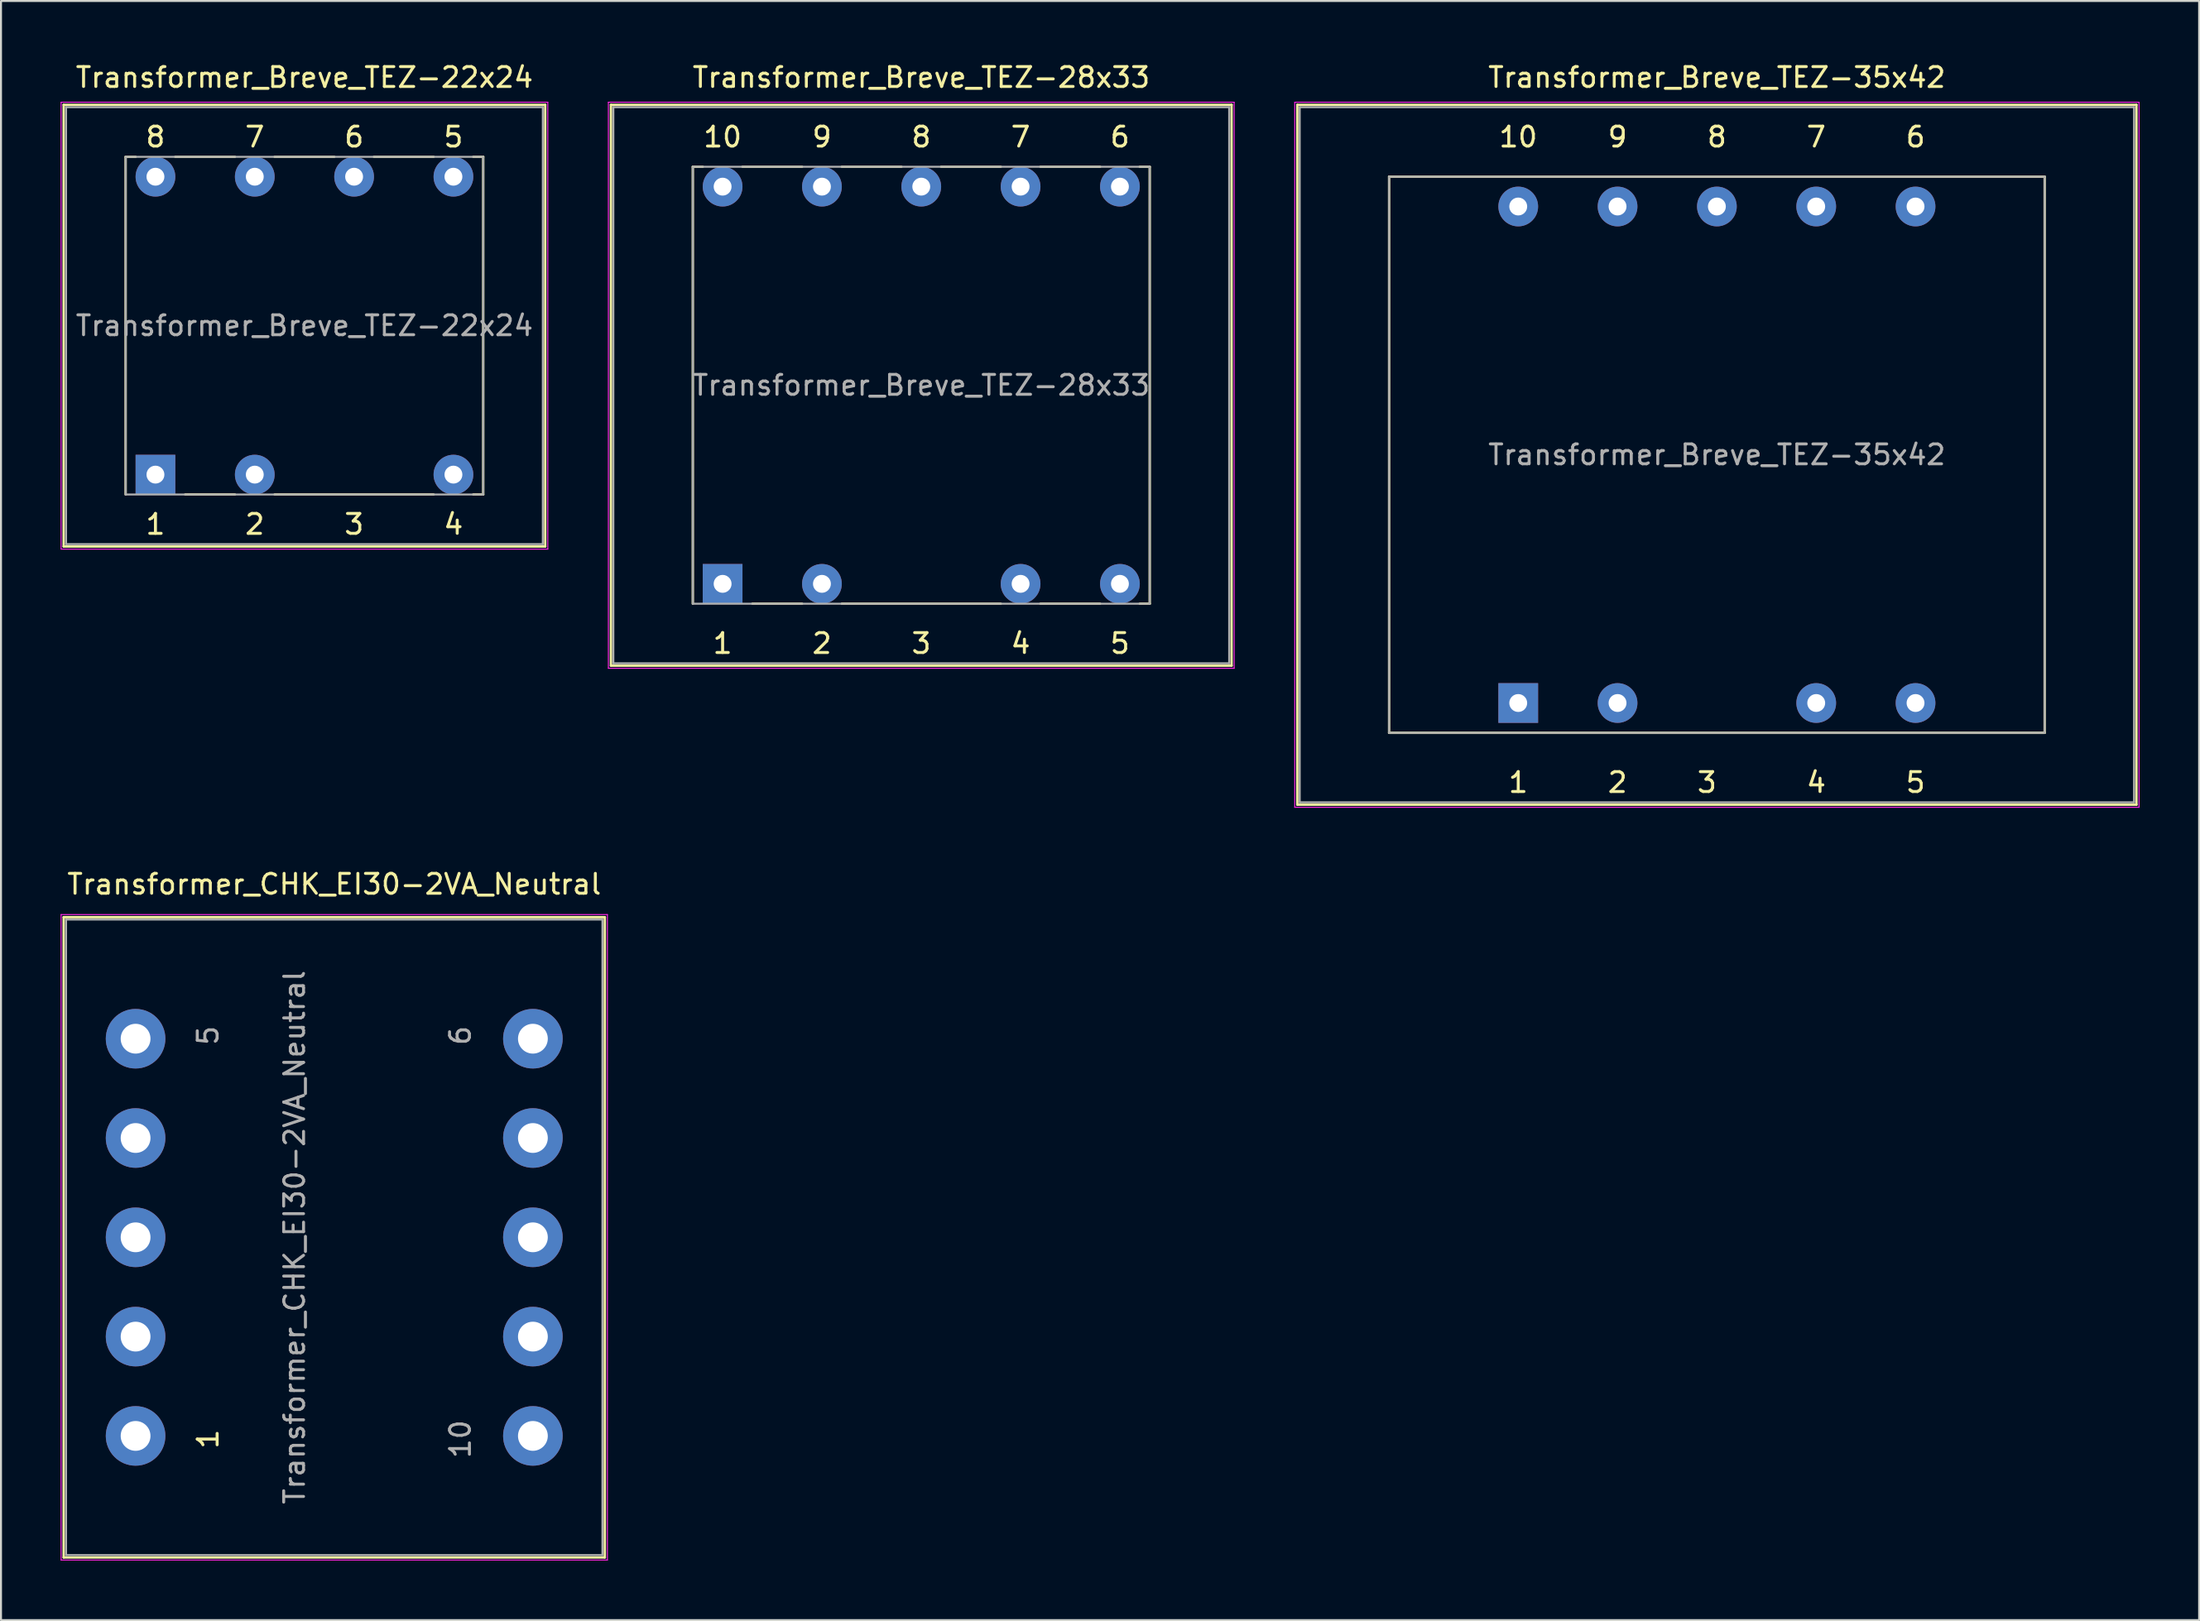
<source format=kicad_pcb>
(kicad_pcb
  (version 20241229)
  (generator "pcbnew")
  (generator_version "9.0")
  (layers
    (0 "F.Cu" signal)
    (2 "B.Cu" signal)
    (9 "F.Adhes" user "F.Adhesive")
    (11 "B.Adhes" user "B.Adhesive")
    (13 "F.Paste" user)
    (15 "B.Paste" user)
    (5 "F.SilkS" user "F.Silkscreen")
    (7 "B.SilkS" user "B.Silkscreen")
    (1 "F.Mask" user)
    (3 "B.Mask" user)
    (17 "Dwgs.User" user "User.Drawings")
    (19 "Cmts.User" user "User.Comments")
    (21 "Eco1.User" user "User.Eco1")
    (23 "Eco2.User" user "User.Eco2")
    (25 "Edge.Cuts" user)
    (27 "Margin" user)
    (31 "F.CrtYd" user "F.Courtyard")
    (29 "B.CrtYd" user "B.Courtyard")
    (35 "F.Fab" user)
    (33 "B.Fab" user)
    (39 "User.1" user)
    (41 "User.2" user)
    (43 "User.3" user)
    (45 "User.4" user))
  (footprint "Transformer_Breve_TEZ-22x24"
    (layer "F.Cu")
    (at 4.775 20.848)
    (property "Reference" "Transformer_Breve_TEZ-22x24" (at 7.5 -20 0) (layer "F.SilkS") (effects (font (size 1 1) (thickness 0.15))))
    (attr through_hole)
    (fp_line (start -4.62 -18.62) (end -4.62 3.62) (stroke (width 0.12) (type solid)) (layer "F.SilkS"))
    (fp_line (start -4.62 -18.62) (end 19.62 -18.62) (stroke (width 0.12) (type solid)) (layer "F.SilkS"))
    (fp_line (start -1.5 1) (end -1.5 -16) (stroke (width 0.12) (type solid)) (layer "F.SilkS"))
    (fp_line (start -1 -16) (end -1.5 -16) (stroke (width 0.12) (type solid)) (layer "F.SilkS"))
    (fp_line (start 1 -16) (end 4 -16) (stroke (width 0.12) (type solid)) (layer "F.SilkS"))
    (fp_line (start 4 1) (end 1.5 1) (stroke (width 0.12) (type solid)) (layer "F.SilkS"))
    (fp_line (start 6 -16) (end 9 -16) (stroke (width 0.12) (type solid)) (layer "F.SilkS"))
    (fp_line (start 6 1) (end 14 1) (stroke (width 0.12) (type solid)) (layer "F.SilkS"))
    (fp_line (start 11 -16) (end 14 -16) (stroke (width 0.12) (type solid)) (layer "F.SilkS"))
    (fp_line (start 16 -16) (end 16.5 -16) (stroke (width 0.12) (type solid)) (layer "F.SilkS"))
    (fp_line (start 16 1) (end 16.5 1) (stroke (width 0.12) (type solid)) (layer "F.SilkS"))
    (fp_line (start 16.5 1) (end 16.5 -16) (stroke (width 0.12) (type solid)) (layer "F.SilkS"))
    (fp_line (start 19.62 3.62) (end -4.62 3.62) (stroke (width 0.12) (type solid)) (layer "F.SilkS"))
    (fp_line (start 19.62 3.62) (end 19.62 -18.62) (stroke (width 0.12) (type solid)) (layer "F.SilkS"))
    (fp_line (start -4.75 -18.75) (end -4.75 3.75) (stroke (width 0.05) (type solid)) (layer "F.CrtYd"))
    (fp_line (start -4.75 -18.75) (end 19.75 -18.75) (stroke (width 0.05) (type solid)) (layer "F.CrtYd"))
    (fp_line (start 19.75 3.75) (end -4.75 3.75) (stroke (width 0.05) (type solid)) (layer "F.CrtYd"))
    (fp_line (start 19.75 3.75) (end 19.75 -18.75) (stroke (width 0.05) (type solid)) (layer "F.CrtYd"))
    (fp_line (start -4.5 -18.5) (end 19.5 -18.5) (stroke (width 0.1) (type solid)) (layer "F.Fab"))
    (fp_line (start -4.5 3.5) (end -4.5 -18.5) (stroke (width 0.1) (type solid)) (layer "F.Fab"))
    (fp_line (start -1.5 -16) (end 16.5 -16) (stroke (width 0.1) (type solid)) (layer "F.Fab"))
    (fp_line (start -1.5 1) (end -1.5 -16) (stroke (width 0.1) (type solid)) (layer "F.Fab"))
    (fp_line (start 16.5 -16) (end 16.5 1) (stroke (width 0.1) (type solid)) (layer "F.Fab"))
    (fp_line (start 16.5 1) (end -1.5 1) (stroke (width 0.1) (type solid)) (layer "F.Fab"))
    (fp_line (start 19.5 -18.5) (end 19.5 3.5) (stroke (width 0.1) (type solid)) (layer "F.Fab"))
    (fp_line (start 19.5 3.5) (end -4.5 3.5) (stroke (width 0.1) (type solid)) (layer "F.Fab"))
    (fp_text user "2" (at 5 2.5 0) (layer "F.SilkS") (effects (font (size 1 1) (thickness 0.15))))
    (fp_text user "7" (at 5 -17 0) (layer "F.SilkS") (effects (font (size 1 1) (thickness 0.15))))
    (fp_text user "3" (at 10 2.5 0) (layer "F.SilkS") (effects (font (size 1 1) (thickness 0.15))))
    (fp_text user "4" (at 15 2.5 0) (layer "F.SilkS") (effects (font (size 1 1) (thickness 0.15))))
    (fp_text user "1" (at 0 2.5 0) (layer "F.SilkS") (effects (font (size 1 1) (thickness 0.15))))
    (fp_text user "6" (at 10 -17 0) (layer "F.SilkS") (effects (font (size 1 1) (thickness 0.15))))
    (fp_text user "8" (at 0 -17 0) (layer "F.SilkS") (effects (font (size 1 1) (thickness 0.15))))
    (fp_text user "5" (at 15 -17 0) (layer "F.SilkS") (effects (font (size 1 1) (thickness 0.15))))
    (fp_text user "${REFERENCE}" (at 7.5 -7.5 0) (layer "F.Fab") (effects (font (size 1 1) (thickness 0.15))))
    (pad "1" thru_hole rect (at 0 0) (size 2 2) (drill 0.9) (layers "*.Cu" "*.Mask"))
    (pad "2" thru_hole circle (at 5 0) (size 2 2) (drill 0.9) (layers "*.Cu" "*.Mask"))
    (pad "4" thru_hole circle (at 15 0) (size 2 2) (drill 0.9) (layers "*.Cu" "*.Mask"))
    (pad "5" thru_hole circle (at 15 -15) (size 2 2) (drill 0.9) (layers "*.Cu" "*.Mask"))
    (pad "6" thru_hole circle (at 10 -15) (size 2 2) (drill 0.9) (layers "*.Cu" "*.Mask"))
    (pad "7" thru_hole circle (at 5 -15) (size 2 2) (drill 0.9) (layers "*.Cu" "*.Mask"))
    (pad "8" thru_hole circle (at 0 -15) (size 2 2) (drill 0.9) (layers "*.Cu" "*.Mask")))
  (footprint "Transformer_CHK_EI30-2VA_Neutral"
    (layer "F.Cu")
    (at 3.775 69.251)
    (property "Reference" "Transformer_CHK_EI30-2VA_Neutral" (at 10 -27.78 0) (layer "F.SilkS") (effects (font (size 1 1) (thickness 0.15))))
    (attr through_hole)
    (fp_line (start -3.62 -26.12) (end -3.62 6.12) (stroke (width 0.12) (type solid)) (layer "F.SilkS"))
    (fp_line (start -3.62 -26.12) (end 23.62 -26.12) (stroke (width 0.12) (type solid)) (layer "F.SilkS"))
    (fp_line (start 23.62 6.12) (end -3.62 6.12) (stroke (width 0.12) (type solid)) (layer "F.SilkS"))
    (fp_line (start 23.62 6.12) (end 23.62 -26.12) (stroke (width 0.12) (type solid)) (layer "F.SilkS"))
    (fp_line (start -3.75 -26.25) (end -3.75 6.25) (stroke (width 0.05) (type solid)) (layer "F.CrtYd"))
    (fp_line (start -3.75 -26.25) (end 23.75 -26.25) (stroke (width 0.05) (type solid)) (layer "F.CrtYd"))
    (fp_line (start 23.75 6.25) (end -3.75 6.25) (stroke (width 0.05) (type solid)) (layer "F.CrtYd"))
    (fp_line (start 23.75 6.25) (end 23.75 -26.25) (stroke (width 0.05) (type solid)) (layer "F.CrtYd"))
    (fp_line (start -3.5 -26) (end -3.5 6) (stroke (width 0.1) (type solid)) (layer "F.Fab"))
    (fp_line (start -3.5 6) (end 23.5 6) (stroke (width 0.1) (type solid)) (layer "F.Fab"))
    (fp_line (start 23.5 -26) (end -3.5 -26) (stroke (width 0.1) (type solid)) (layer "F.Fab"))
    (fp_line (start 23.5 6) (end 23.5 -26) (stroke (width 0.1) (type solid)) (layer "F.Fab"))
    (fp_text user "1" (at 3.65 0.16 90) (layer "F.SilkS") (effects (font (size 1 1) (thickness 0.15))))
    (fp_text user "6" (at 16.35 -20.16 90) (layer "F.Fab") (effects (font (size 1 1) (thickness 0.15))))
    (fp_text user "10" (at 16.35 0.16 90) (layer "F.Fab") (effects (font (size 1 1) (thickness 0.15))))
    (fp_text user "${REFERENCE}" (at 8 -10 90) (layer "F.Fab") (effects (font (size 1 1) (thickness 0.15))))
    (fp_text user "5" (at 3.65 -20.16 90) (layer "F.Fab") (effects (font (size 1 1) (thickness 0.15))))
    (pad "1" thru_hole circle (at 0 0) (size 3 3) (drill 1.5) (layers "*.Cu" "*.Mask"))
    (pad "2" thru_hole circle (at 0 -5) (size 3 3) (drill 1.5) (layers "*.Cu" "*.Mask"))
    (pad "3" thru_hole circle (at 0 -10) (size 3 3) (drill 1.5) (layers "*.Cu" "*.Mask"))
    (pad "4" thru_hole circle (at 0 -15) (size 3 3) (drill 1.5) (layers "*.Cu" "*.Mask"))
    (pad "5" thru_hole circle (at 0 -20) (size 3 3) (drill 1.5) (layers "*.Cu" "*.Mask"))
    (pad "6" thru_hole circle (at 20 -20) (size 3 3) (drill 1.5) (layers "*.Cu" "*.Mask"))
    (pad "7" thru_hole circle (at 20 -15) (size 3 3) (drill 1.5) (layers "*.Cu" "*.Mask"))
    (pad "8" thru_hole circle (at 20 -10) (size 3 3) (drill 1.5) (layers "*.Cu" "*.Mask"))
    (pad "9" thru_hole circle (at 20 -5) (size 3 3) (drill 1.5) (layers "*.Cu" "*.Mask"))
    (pad "10" thru_hole circle (at 20 0) (size 3 3) (drill 1.5) (layers "*.Cu" "*.Mask")))
  (footprint "Transformer_Breve_TEZ-35x42"
    (layer "F.Cu")
    (at 73.375 32.348)
    (property "Reference" "Transformer_Breve_TEZ-35x42" (at 10 -31.5 0) (layer "F.SilkS") (effects (font (size 1 1) (thickness 0.15))))
    (attr through_hole)
    (fp_line (start -11.12 -30.12) (end -11.12 5.12) (stroke (width 0.12) (type solid)) (layer "F.SilkS"))
    (fp_line (start -11.12 -30.12) (end 31.12 -30.12) (stroke (width 0.12) (type solid)) (layer "F.SilkS"))
    (fp_line (start -6.5 -26.5) (end 26.5 -26.5) (stroke (width 0.12) (type solid)) (layer "F.SilkS"))
    (fp_line (start -6.5 1.5) (end -6.5 -26.5) (stroke (width 0.12) (type solid)) (layer "F.SilkS"))
    (fp_line (start 26.5 -26.5) (end 26.5 1.5) (stroke (width 0.12) (type solid)) (layer "F.SilkS"))
    (fp_line (start 26.5 1.5) (end -6.5 1.5) (stroke (width 0.12) (type solid)) (layer "F.SilkS"))
    (fp_line (start 31.12 5.12) (end -11.12 5.12) (stroke (width 0.12) (type solid)) (layer "F.SilkS"))
    (fp_line (start 31.12 5.12) (end 31.12 -30.12) (stroke (width 0.12) (type solid)) (layer "F.SilkS"))
    (fp_line (start -11.25 -30.25) (end -11.25 5.25) (stroke (width 0.05) (type solid)) (layer "F.CrtYd"))
    (fp_line (start -11.25 -30.25) (end 31.25 -30.25) (stroke (width 0.05) (type solid)) (layer "F.CrtYd"))
    (fp_line (start 31.25 5.25) (end -11.25 5.25) (stroke (width 0.05) (type solid)) (layer "F.CrtYd"))
    (fp_line (start 31.25 5.25) (end 31.25 -30.25) (stroke (width 0.05) (type solid)) (layer "F.CrtYd"))
    (fp_line (start -11 -30) (end 31 -30) (stroke (width 0.1) (type solid)) (layer "F.Fab"))
    (fp_line (start -11 5) (end -11 -30) (stroke (width 0.1) (type solid)) (layer "F.Fab"))
    (fp_line (start -6.5 -26.5) (end -6.5 1.5) (stroke (width 0.1) (type solid)) (layer "F.Fab"))
    (fp_line (start -6.5 1.5) (end 26.5 1.5) (stroke (width 0.1) (type solid)) (layer "F.Fab"))
    (fp_line (start 26.5 -26.5) (end -6.5 -26.5) (stroke (width 0.1) (type solid)) (layer "F.Fab"))
    (fp_line (start 26.5 1.5) (end 26.5 -26.5) (stroke (width 0.1) (type solid)) (layer "F.Fab"))
    (fp_line (start 31 -30) (end 31 5) (stroke (width 0.1) (type solid)) (layer "F.Fab"))
    (fp_line (start 31 5) (end -11 5) (stroke (width 0.1) (type solid)) (layer "F.Fab"))
    (fp_text user "8" (at 10 -28.5 0) (layer "F.SilkS") (effects (font (size 1 1) (thickness 0.15))))
    (fp_text user "2" (at 5 4 0) (layer "F.SilkS") (effects (font (size 1 1) (thickness 0.15))))
    (fp_text user "4" (at 15 4 0) (layer "F.SilkS") (effects (font (size 1 1) (thickness 0.15))))
    (fp_text user "9" (at 5 -28.5 0) (layer "F.SilkS") (effects (font (size 1 1) (thickness 0.15))))
    (fp_text user "10" (at 0 -28.5 0) (layer "F.SilkS") (effects (font (size 1 1) (thickness 0.15))))
    (fp_text user "6" (at 20 -28.5 0) (layer "F.SilkS") (effects (font (size 1 1) (thickness 0.15))))
    (fp_text user "3" (at 9.5 4 0) (layer "F.SilkS") (effects (font (size 1 1) (thickness 0.15))))
    (fp_text user "5" (at 20 4 0) (layer "F.SilkS") (effects (font (size 1 1) (thickness 0.15))))
    (fp_text user "1" (at 0 4 0) (layer "F.SilkS") (effects (font (size 1 1) (thickness 0.15))))
    (fp_text user "7" (at 15 -28.5 0) (layer "F.SilkS") (effects (font (size 1 1) (thickness 0.15))))
    (fp_text user "${REFERENCE}" (at 10 -12.5 0) (layer "F.Fab") (effects (font (size 1 1) (thickness 0.15))))
    (pad "1" thru_hole rect (at 0 0) (size 2 2) (drill 0.9) (layers "*.Cu" "*.Mask"))
    (pad "2" thru_hole circle (at 5 0) (size 2 2) (drill 0.9) (layers "*.Cu" "*.Mask"))
    (pad "4" thru_hole circle (at 15 0) (size 2 2) (drill 0.9) (layers "*.Cu" "*.Mask"))
    (pad "5" thru_hole circle (at 20 0) (size 2 2) (drill 0.9) (layers "*.Cu" "*.Mask"))
    (pad "6" thru_hole circle (at 20 -25) (size 2 2) (drill 0.9) (layers "*.Cu" "*.Mask"))
    (pad "7" thru_hole circle (at 15 -25) (size 2 2) (drill 0.9) (layers "*.Cu" "*.Mask"))
    (pad "8" thru_hole circle (at 10 -25) (size 2 2) (drill 0.9) (layers "*.Cu" "*.Mask"))
    (pad "9" thru_hole circle (at 5 -25) (size 2 2) (drill 0.9) (layers "*.Cu" "*.Mask"))
    (pad "10" thru_hole circle (at 0 -25) (size 2 2) (drill 0.9) (layers "*.Cu" "*.Mask")))
  (footprint "Transformer_Breve_TEZ-28x33"
    (layer "F.Cu")
    (at 33.325 26.348)
    (property "Reference" "Transformer_Breve_TEZ-28x33" (at 10 -25.5 0) (layer "F.SilkS") (effects (font (size 1 1) (thickness 0.15))))
    (attr through_hole)
    (fp_line (start -5.62 -24.12) (end -5.62 4.12) (stroke (width 0.12) (type solid)) (layer "F.SilkS"))
    (fp_line (start -5.62 -24.12) (end 25.62 -24.12) (stroke (width 0.12) (type solid)) (layer "F.SilkS"))
    (fp_line (start -1.5 -21) (end -1.5 1) (stroke (width 0.12) (type solid)) (layer "F.SilkS"))
    (fp_line (start -1 -21) (end -1.5 -21) (stroke (width 0.12) (type solid)) (layer "F.SilkS"))
    (fp_line (start 1.5 1) (end 4 1) (stroke (width 0.12) (type solid)) (layer "F.SilkS"))
    (fp_line (start 4 -21) (end 1 -21) (stroke (width 0.12) (type solid)) (layer "F.SilkS"))
    (fp_line (start 6 1) (end 14 1) (stroke (width 0.12) (type solid)) (layer "F.SilkS"))
    (fp_line (start 9 -21) (end 6 -21) (stroke (width 0.12) (type solid)) (layer "F.SilkS"))
    (fp_line (start 14 -21) (end 11 -21) (stroke (width 0.12) (type solid)) (layer "F.SilkS"))
    (fp_line (start 16 1) (end 19 1) (stroke (width 0.12) (type solid)) (layer "F.SilkS"))
    (fp_line (start 19 -21) (end 16 -21) (stroke (width 0.12) (type solid)) (layer "F.SilkS"))
    (fp_line (start 21 1) (end 21.5 1) (stroke (width 0.12) (type solid)) (layer "F.SilkS"))
    (fp_line (start 21.5 -21) (end 21 -21) (stroke (width 0.12) (type solid)) (layer "F.SilkS"))
    (fp_line (start 21.5 1) (end 21.5 -21) (stroke (width 0.12) (type solid)) (layer "F.SilkS"))
    (fp_line (start 25.62 4.12) (end -5.62 4.12) (stroke (width 0.12) (type solid)) (layer "F.SilkS"))
    (fp_line (start 25.62 4.12) (end 25.62 -24.12) (stroke (width 0.12) (type solid)) (layer "F.SilkS"))
    (fp_line (start -5.75 -24.25) (end -5.75 4.25) (stroke (width 0.05) (type solid)) (layer "F.CrtYd"))
    (fp_line (start -5.75 -24.25) (end 25.75 -24.25) (stroke (width 0.05) (type solid)) (layer "F.CrtYd"))
    (fp_line (start 25.75 4.25) (end -5.75 4.25) (stroke (width 0.05) (type solid)) (layer "F.CrtYd"))
    (fp_line (start 25.75 4.25) (end 25.75 -24.25) (stroke (width 0.05) (type solid)) (layer "F.CrtYd"))
    (fp_line (start -5.5 -24) (end 25.5 -24) (stroke (width 0.1) (type solid)) (layer "F.Fab"))
    (fp_line (start -5.5 4) (end -5.5 -24) (stroke (width 0.1) (type solid)) (layer "F.Fab"))
    (fp_line (start -1.5 -21) (end -1.5 1) (stroke (width 0.1) (type solid)) (layer "F.Fab"))
    (fp_line (start -1.5 1) (end 21.5 1) (stroke (width 0.1) (type solid)) (layer "F.Fab"))
    (fp_line (start 21.5 -21) (end -1.5 -21) (stroke (width 0.1) (type solid)) (layer "F.Fab"))
    (fp_line (start 21.5 1) (end 21.5 -21) (stroke (width 0.1) (type solid)) (layer "F.Fab"))
    (fp_line (start 25.5 -24) (end 25.5 4) (stroke (width 0.1) (type solid)) (layer "F.Fab"))
    (fp_line (start 25.5 4) (end -5.5 4) (stroke (width 0.1) (type solid)) (layer "F.Fab"))
    (fp_text user "5" (at 20 3 0) (layer "F.SilkS") (effects (font (size 1 1) (thickness 0.15))))
    (fp_text user "7" (at 15 -22.5 0) (layer "F.SilkS") (effects (font (size 1 1) (thickness 0.15))))
    (fp_text user "2" (at 5 3 0) (layer "F.SilkS") (effects (font (size 1 1) (thickness 0.15))))
    (fp_text user "9" (at 5 -22.5 0) (layer "F.SilkS") (effects (font (size 1 1) (thickness 0.15))))
    (fp_text user "3" (at 10 3 0) (layer "F.SilkS") (effects (font (size 1 1) (thickness 0.15))))
    (fp_text user "10" (at 0 -22.5 0) (layer "F.SilkS") (effects (font (size 1 1) (thickness 0.15))))
    (fp_text user "1" (at 0 3 0) (layer "F.SilkS") (effects (font (size 1 1) (thickness 0.15))))
    (fp_text user "6" (at 20 -22.5 0) (layer "F.SilkS") (effects (font (size 1 1) (thickness 0.15))))
    (fp_text user "4" (at 15 3 0) (layer "F.SilkS") (effects (font (size 1 1) (thickness 0.15))))
    (fp_text user "8" (at 10 -22.5 0) (layer "F.SilkS") (effects (font (size 1 1) (thickness 0.15))))
    (fp_text user "${REFERENCE}" (at 10 -10 0) (layer "F.Fab") (effects (font (size 1 1) (thickness 0.15))))
    (pad "1" thru_hole rect (at 0 0) (size 2 2) (drill 0.9) (layers "*.Cu" "*.Mask"))
    (pad "2" thru_hole circle (at 5 0) (size 2 2) (drill 0.9) (layers "*.Cu" "*.Mask"))
    (pad "4" thru_hole circle (at 15 0) (size 2 2) (drill 0.9) (layers "*.Cu" "*.Mask"))
    (pad "5" thru_hole circle (at 20 0) (size 2 2) (drill 0.9) (layers "*.Cu" "*.Mask"))
    (pad "6" thru_hole circle (at 20 -20) (size 2 2) (drill 0.9) (layers "*.Cu" "*.Mask"))
    (pad "7" thru_hole circle (at 15 -20) (size 2 2) (drill 0.9) (layers "*.Cu" "*.Mask"))
    (pad "8" thru_hole circle (at 10 -20) (size 2 2) (drill 0.9) (layers "*.Cu" "*.Mask"))
    (pad "9" thru_hole circle (at 5 -20) (size 2 2) (drill 0.9) (layers "*.Cu" "*.Mask"))
    (pad "10" thru_hole circle (at 0 -20) (size 2 2) (drill 0.9) (layers "*.Cu" "*.Mask")))
  (gr_rect
    (start -3 -3)
    (end 107.65 78.526)
    (stroke (width 0.1) (type default))
    (fill no)
    (layer "Edge.Cuts")))
</source>
